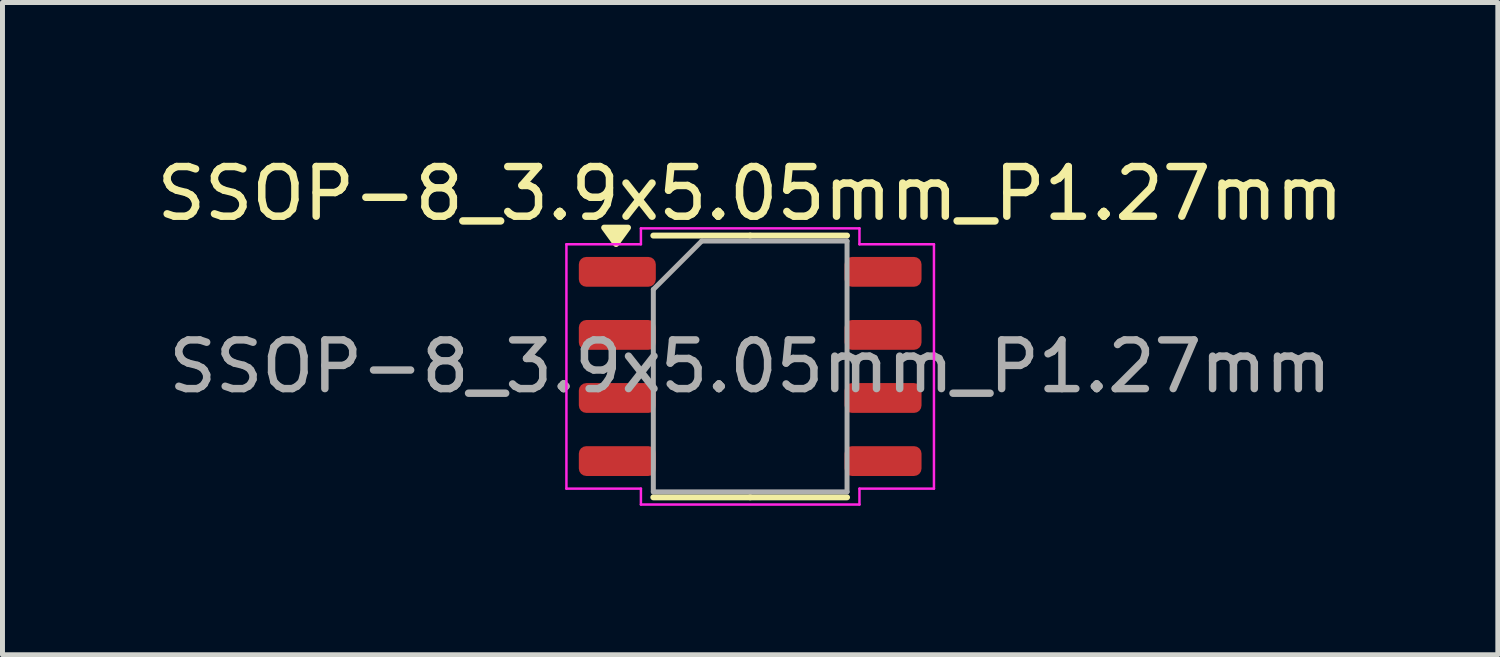
<source format=kicad_pcb>
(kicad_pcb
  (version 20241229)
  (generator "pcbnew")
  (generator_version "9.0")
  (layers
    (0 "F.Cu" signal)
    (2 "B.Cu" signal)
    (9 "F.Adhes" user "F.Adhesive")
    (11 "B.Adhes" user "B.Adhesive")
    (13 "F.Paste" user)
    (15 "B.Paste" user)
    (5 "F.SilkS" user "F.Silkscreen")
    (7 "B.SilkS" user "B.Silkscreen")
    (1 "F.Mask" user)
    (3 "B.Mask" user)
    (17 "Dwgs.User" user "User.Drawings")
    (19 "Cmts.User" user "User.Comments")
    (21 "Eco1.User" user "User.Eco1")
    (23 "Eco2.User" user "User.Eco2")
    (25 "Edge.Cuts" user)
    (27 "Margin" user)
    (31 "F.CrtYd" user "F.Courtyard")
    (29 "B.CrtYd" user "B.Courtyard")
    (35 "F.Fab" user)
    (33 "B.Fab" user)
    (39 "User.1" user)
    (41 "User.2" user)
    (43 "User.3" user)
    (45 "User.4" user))
  (footprint "SSOP-8_3.9x5.05mm_P1.27mm"
    (layer "F.Cu")
    (at 12.054 4.328)
    (property "Reference" "SSOP-8_3.9x5.05mm_P1.27mm" (at 0 -3.48 0) (layer "F.SilkS") (effects (font (size 1 1) (thickness 0.15))))
    (attr smd)
    (fp_line (start 0 -2.635) (end -1.95 -2.635) (stroke (width 0.12) (type solid)) (layer "F.SilkS"))
    (fp_line (start 0 -2.635) (end 1.95 -2.635) (stroke (width 0.12) (type solid)) (layer "F.SilkS"))
    (fp_line (start 0 2.635) (end -1.95 2.635) (stroke (width 0.12) (type solid)) (layer "F.SilkS"))
    (fp_line (start 0 2.635) (end 1.95 2.635) (stroke (width 0.12) (type solid)) (layer "F.SilkS"))
    (fp_poly (pts (xy -2.7 -2.465) (xy -2.94 -2.795) (xy -2.46 -2.795)) (stroke (width 0.12) (type solid)) (fill yes) (layer "F.SilkS"))
    (fp_line (start -3.7 -2.46) (end -2.2 -2.46) (stroke (width 0.05) (type solid)) (layer "F.CrtYd"))
    (fp_line (start -3.7 2.46) (end -3.7 -2.46) (stroke (width 0.05) (type solid)) (layer "F.CrtYd"))
    (fp_line (start -2.2 -2.78) (end 2.2 -2.78) (stroke (width 0.05) (type solid)) (layer "F.CrtYd"))
    (fp_line (start -2.2 -2.46) (end -2.2 -2.78) (stroke (width 0.05) (type solid)) (layer "F.CrtYd"))
    (fp_line (start -2.2 2.46) (end -3.7 2.46) (stroke (width 0.05) (type solid)) (layer "F.CrtYd"))
    (fp_line (start -2.2 2.78) (end -2.2 2.46) (stroke (width 0.05) (type solid)) (layer "F.CrtYd"))
    (fp_line (start 2.2 -2.78) (end 2.2 -2.46) (stroke (width 0.05) (type solid)) (layer "F.CrtYd"))
    (fp_line (start 2.2 -2.46) (end 3.7 -2.46) (stroke (width 0.05) (type solid)) (layer "F.CrtYd"))
    (fp_line (start 2.2 2.46) (end 2.2 2.78) (stroke (width 0.05) (type solid)) (layer "F.CrtYd"))
    (fp_line (start 2.2 2.78) (end -2.2 2.78) (stroke (width 0.05) (type solid)) (layer "F.CrtYd"))
    (fp_line (start 3.7 -2.46) (end 3.7 2.46) (stroke (width 0.05) (type solid)) (layer "F.CrtYd"))
    (fp_line (start 3.7 2.46) (end 2.2 2.46) (stroke (width 0.05) (type solid)) (layer "F.CrtYd"))
    (fp_line (start -1.95 -1.55) (end -0.975 -2.525) (stroke (width 0.1) (type solid)) (layer "F.Fab"))
    (fp_line (start -1.95 2.525) (end -1.95 -1.55) (stroke (width 0.1) (type solid)) (layer "F.Fab"))
    (fp_line (start -0.975 -2.525) (end 1.95 -2.525) (stroke (width 0.1) (type solid)) (layer "F.Fab"))
    (fp_line (start 1.95 -2.525) (end 1.95 2.525) (stroke (width 0.1) (type solid)) (layer "F.Fab"))
    (fp_line (start 1.95 2.525) (end -1.95 2.525) (stroke (width 0.1) (type solid)) (layer "F.Fab"))
    (fp_text user "${REFERENCE}" (at 0 0 0) (layer "F.Fab") (effects (font (size 0.98 0.98) (thickness 0.15))))
    (pad "1" smd roundrect (at -2.675 -1.905) (size 1.55 0.6) (layers "F.Cu" "F.Mask" "F.Paste") (roundrect_rratio 0.25))
    (pad "2" smd roundrect (at -2.675 -0.635) (size 1.55 0.6) (layers "F.Cu" "F.Mask" "F.Paste") (roundrect_rratio 0.25))
    (pad "3" smd roundrect (at -2.675 0.635) (size 1.55 0.6) (layers "F.Cu" "F.Mask" "F.Paste") (roundrect_rratio 0.25))
    (pad "4" smd roundrect (at -2.675 1.905) (size 1.55 0.6) (layers "F.Cu" "F.Mask" "F.Paste") (roundrect_rratio 0.25))
    (pad "5" smd roundrect (at 2.675 1.905) (size 1.55 0.6) (layers "F.Cu" "F.Mask" "F.Paste") (roundrect_rratio 0.25))
    (pad "6" smd roundrect (at 2.675 0.635) (size 1.55 0.6) (layers "F.Cu" "F.Mask" "F.Paste") (roundrect_rratio 0.25))
    (pad "7" smd roundrect (at 2.675 -0.635) (size 1.55 0.6) (layers "F.Cu" "F.Mask" "F.Paste") (roundrect_rratio 0.25))
    (pad "8" smd roundrect (at 2.675 -1.905) (size 1.55 0.6) (layers "F.Cu" "F.Mask" "F.Paste") (roundrect_rratio 0.25)))
  (gr_rect
    (start -3 -3)
    (end 27.107 10.133)
    (stroke (width 0.1) (type default))
    (fill no)
    (layer "Edge.Cuts")))
</source>
